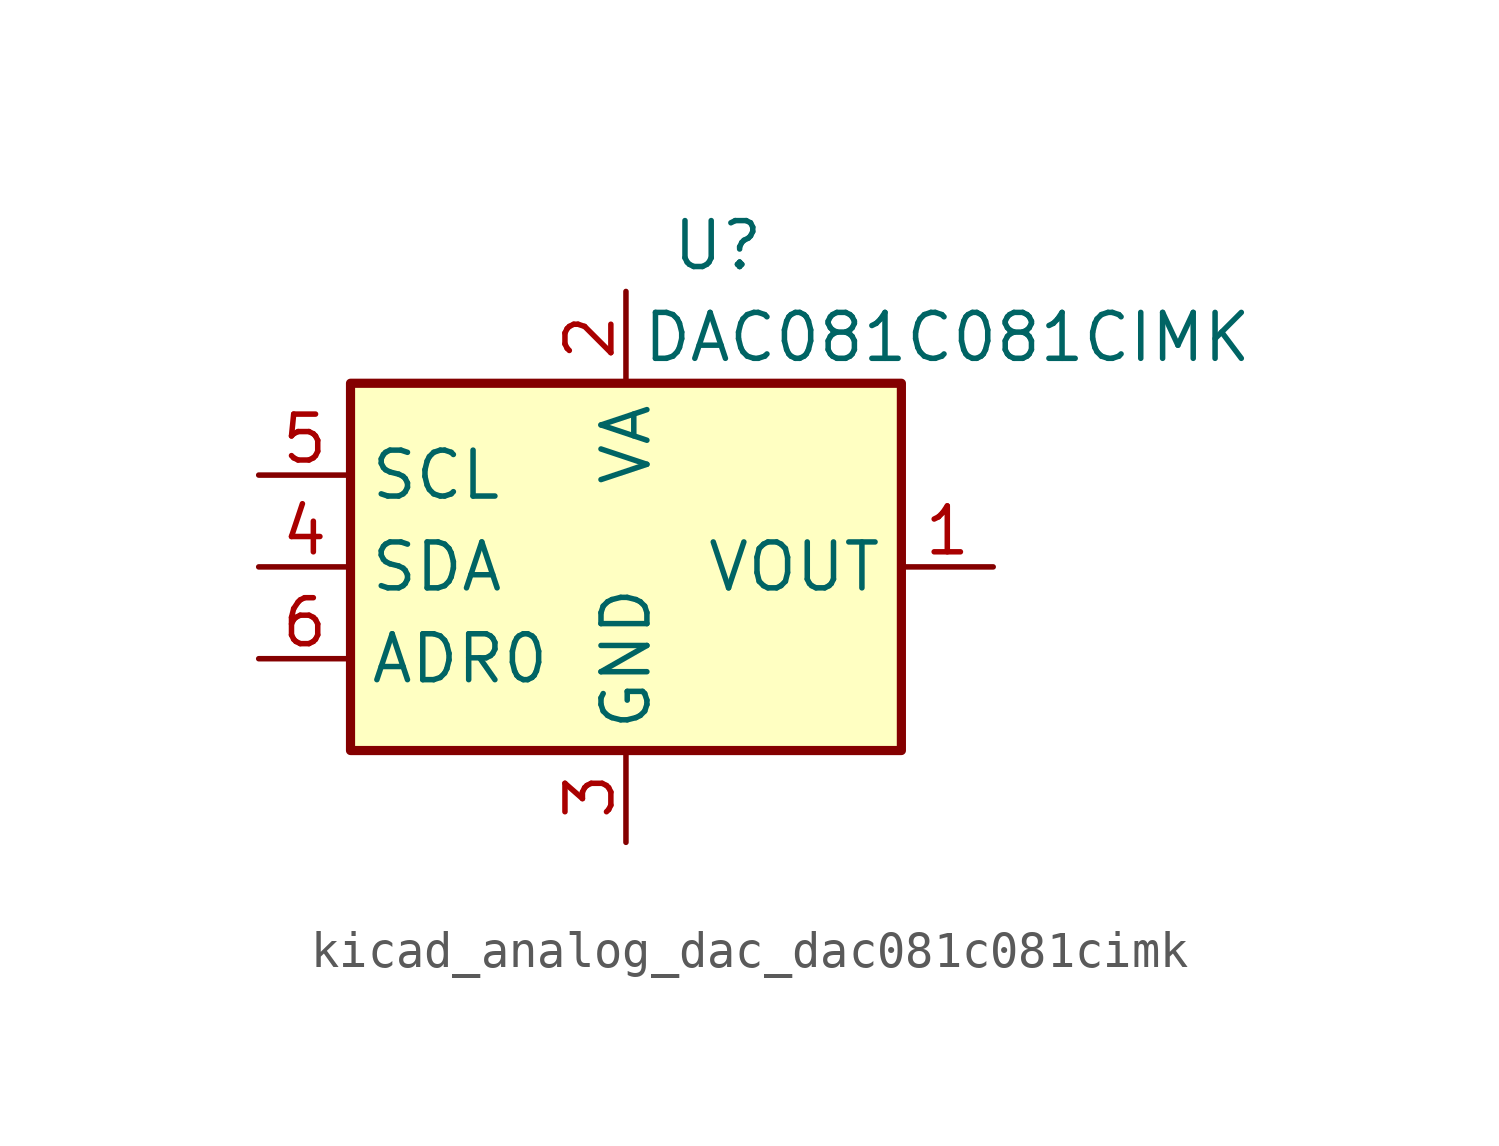
<source format=kicad_sym>
(kicad_symbol_lib
  (version 20220914)
  (generator kicad_symbol_editor)
  (symbol "kicad_analog_dac_dac081c081cimk"
    (property "Reference" "U"
      (at 2.54 8.89 0)
      (effects (font (size 1.27 1.27))))
    (property "Value" "DAC081C081CIMK"
      (at 8.89 6.35 0)
      (effects (font (size 1.27 1.27))))
    (symbol "kicad_analog_dac_dac081c081cimk_0_1"
      (rectangle (start -7.62 -5.08) (end 7.62 5.08) (stroke (width 0.254) (type default)) (fill (type background))))
    (symbol "kicad_analog_dac_dac081c081cimk_1_1"
      (pin output line (at 10.16 0 180) (length 2.54) (name "VOUT" (effects (font (size 1.27 1.27)))) (number "1" (effects (font (size 1.27 1.27)))))
      (pin power_in line (at 0 7.62 270) (length 2.54) (name "VA" (effects (font (size 1.27 1.27)))) (number "2" (effects (font (size 1.27 1.27)))))
      (pin power_in line (at 0 -7.62 90) (length 2.54) (name "GND" (effects (font (size 1.27 1.27)))) (number "3" (effects (font (size 1.27 1.27)))))
      (pin bidirectional line (at -10.16 0 0) (length 2.54) (name "SDA" (effects (font (size 1.27 1.27)))) (number "4" (effects (font (size 1.27 1.27)))))
      (pin input line (at -10.16 2.54 0) (length 2.54) (name "SCL" (effects (font (size 1.27 1.27)))) (number "5" (effects (font (size 1.27 1.27)))))
      (pin input line (at -10.16 -2.54 0) (length 2.54) (name "ADR0" (effects (font (size 1.27 1.27)))) (number "6" (effects (font (size 1.27 1.27))))))))
</source>
